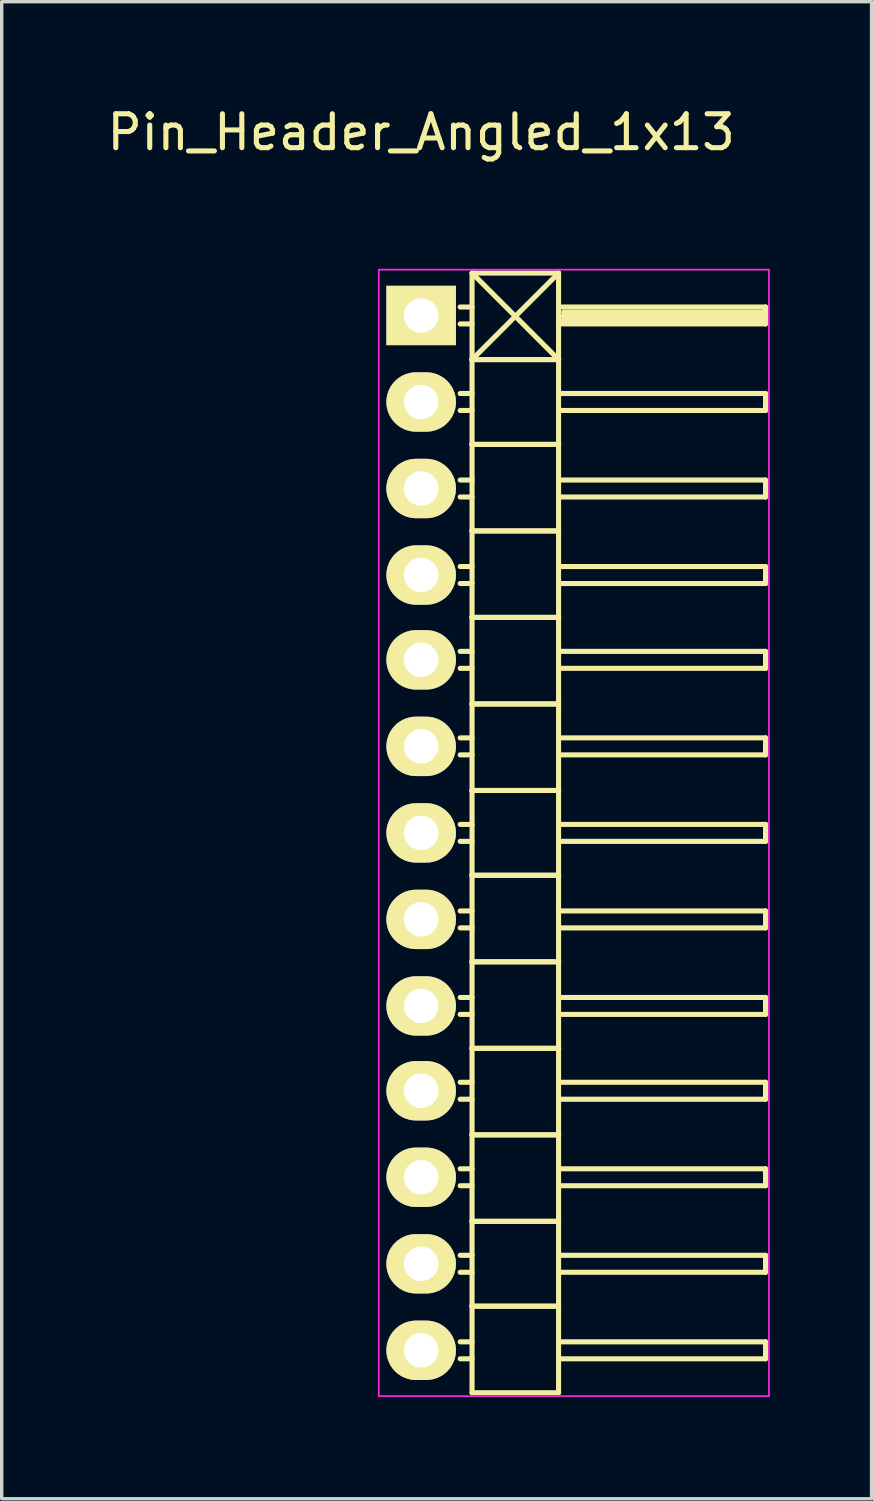
<source format=kicad_pcb>
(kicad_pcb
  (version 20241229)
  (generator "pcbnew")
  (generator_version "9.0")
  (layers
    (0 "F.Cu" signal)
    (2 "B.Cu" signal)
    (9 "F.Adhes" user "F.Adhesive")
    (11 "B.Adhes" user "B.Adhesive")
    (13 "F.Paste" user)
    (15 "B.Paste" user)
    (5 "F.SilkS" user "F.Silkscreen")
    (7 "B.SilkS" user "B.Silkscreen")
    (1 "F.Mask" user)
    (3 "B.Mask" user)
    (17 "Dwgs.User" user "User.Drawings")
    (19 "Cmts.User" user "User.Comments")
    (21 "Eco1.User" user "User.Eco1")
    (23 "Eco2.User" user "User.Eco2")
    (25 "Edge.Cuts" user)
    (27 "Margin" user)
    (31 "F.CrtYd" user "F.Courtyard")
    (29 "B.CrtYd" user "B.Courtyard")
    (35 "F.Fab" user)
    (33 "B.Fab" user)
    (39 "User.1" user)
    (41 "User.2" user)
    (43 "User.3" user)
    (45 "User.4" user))
  (footprint "Pin_Header_Angled_1x13"
    (layer "F.Cu")
    (at 9.363 6.248)
    (property "Reference" "Pin_Header_Angled_1x13" (at 0 -5.4 0) (layer "F.SilkS") (effects (font (size 1 1) (thickness 0.15))))
    (attr through_hole)
    (fp_line (start 1.5 -1.25) (end 1.5 1.3) (stroke (width 0.15) (type solid)) (layer "F.SilkS"))
    (fp_line (start 1.5 -1.25) (end 4.05 -1.25) (stroke (width 0.15) (type solid)) (layer "F.SilkS"))
    (fp_line (start 1.5 -0.25) (end 1.15 -0.25) (stroke (width 0.15) (type solid)) (layer "F.SilkS"))
    (fp_line (start 1.5 0.25) (end 1.15 0.25) (stroke (width 0.15) (type solid)) (layer "F.SilkS"))
    (fp_line (start 1.5 1.3) (end 1.5 3.8) (stroke (width 0.15) (type solid)) (layer "F.SilkS"))
    (fp_line (start 1.5 1.3) (end 4.05 1.3) (stroke (width 0.15) (type solid)) (layer "F.SilkS"))
    (fp_line (start 1.5 1.3) (end 4.05 1.3) (stroke (width 0.15) (type solid)) (layer "F.SilkS"))
    (fp_line (start 1.5 2.3) (end 1.15 2.3) (stroke (width 0.15) (type solid)) (layer "F.SilkS"))
    (fp_line (start 1.5 2.8) (end 1.15 2.8) (stroke (width 0.15) (type solid)) (layer "F.SilkS"))
    (fp_line (start 1.5 3.8) (end 1.5 6.35) (stroke (width 0.15) (type solid)) (layer "F.SilkS"))
    (fp_line (start 1.5 3.8) (end 4.05 3.8) (stroke (width 0.15) (type solid)) (layer "F.SilkS"))
    (fp_line (start 1.5 3.8) (end 4.05 3.8) (stroke (width 0.15) (type solid)) (layer "F.SilkS"))
    (fp_line (start 1.5 4.85) (end 1.15 4.85) (stroke (width 0.15) (type solid)) (layer "F.SilkS"))
    (fp_line (start 1.5 5.35) (end 1.15 5.35) (stroke (width 0.15) (type solid)) (layer "F.SilkS"))
    (fp_line (start 1.5 6.35) (end 1.5 8.9) (stroke (width 0.15) (type solid)) (layer "F.SilkS"))
    (fp_line (start 1.5 6.35) (end 4.05 6.35) (stroke (width 0.15) (type solid)) (layer "F.SilkS"))
    (fp_line (start 1.5 6.35) (end 4.05 6.35) (stroke (width 0.15) (type solid)) (layer "F.SilkS"))
    (fp_line (start 1.5 7.4) (end 1.15 7.4) (stroke (width 0.15) (type solid)) (layer "F.SilkS"))
    (fp_line (start 1.5 7.9) (end 1.15 7.9) (stroke (width 0.15) (type solid)) (layer "F.SilkS"))
    (fp_line (start 1.5 8.9) (end 1.5 11.45) (stroke (width 0.15) (type solid)) (layer "F.SilkS"))
    (fp_line (start 1.5 8.9) (end 4.05 8.9) (stroke (width 0.15) (type solid)) (layer "F.SilkS"))
    (fp_line (start 1.5 8.9) (end 4.05 8.9) (stroke (width 0.15) (type solid)) (layer "F.SilkS"))
    (fp_line (start 1.5 9.9) (end 1.15 9.9) (stroke (width 0.15) (type solid)) (layer "F.SilkS"))
    (fp_line (start 1.5 10.4) (end 1.15 10.4) (stroke (width 0.15) (type solid)) (layer "F.SilkS"))
    (fp_line (start 1.5 11.45) (end 1.5 14) (stroke (width 0.15) (type solid)) (layer "F.SilkS"))
    (fp_line (start 1.5 11.45) (end 4.05 11.45) (stroke (width 0.15) (type solid)) (layer "F.SilkS"))
    (fp_line (start 1.5 11.45) (end 4.05 11.45) (stroke (width 0.15) (type solid)) (layer "F.SilkS"))
    (fp_line (start 1.5 12.45) (end 1.15 12.45) (stroke (width 0.15) (type solid)) (layer "F.SilkS"))
    (fp_line (start 1.5 12.95) (end 1.15 12.95) (stroke (width 0.15) (type solid)) (layer "F.SilkS"))
    (fp_line (start 1.5 14) (end 1.5 16.5) (stroke (width 0.15) (type solid)) (layer "F.SilkS"))
    (fp_line (start 1.5 14) (end 4.05 14) (stroke (width 0.15) (type solid)) (layer "F.SilkS"))
    (fp_line (start 1.5 14) (end 4.05 14) (stroke (width 0.15) (type solid)) (layer "F.SilkS"))
    (fp_line (start 1.5 15) (end 1.15 15) (stroke (width 0.15) (type solid)) (layer "F.SilkS"))
    (fp_line (start 1.5 15.5) (end 1.15 15.5) (stroke (width 0.15) (type solid)) (layer "F.SilkS"))
    (fp_line (start 1.5 16.5) (end 1.5 19.05) (stroke (width 0.15) (type solid)) (layer "F.SilkS"))
    (fp_line (start 1.5 16.5) (end 4.05 16.5) (stroke (width 0.15) (type solid)) (layer "F.SilkS"))
    (fp_line (start 1.5 16.5) (end 4.05 16.5) (stroke (width 0.15) (type solid)) (layer "F.SilkS"))
    (fp_line (start 1.5 17.55) (end 1.15 17.55) (stroke (width 0.15) (type solid)) (layer "F.SilkS"))
    (fp_line (start 1.5 18.05) (end 1.15 18.05) (stroke (width 0.15) (type solid)) (layer "F.SilkS"))
    (fp_line (start 1.5 19.05) (end 1.5 21.6) (stroke (width 0.15) (type solid)) (layer "F.SilkS"))
    (fp_line (start 1.5 19.05) (end 4.05 19.05) (stroke (width 0.15) (type solid)) (layer "F.SilkS"))
    (fp_line (start 1.5 19.05) (end 4.05 19.05) (stroke (width 0.15) (type solid)) (layer "F.SilkS"))
    (fp_line (start 1.5 20.1) (end 1.15 20.1) (stroke (width 0.15) (type solid)) (layer "F.SilkS"))
    (fp_line (start 1.5 20.6) (end 1.15 20.6) (stroke (width 0.15) (type solid)) (layer "F.SilkS"))
    (fp_line (start 1.5 21.6) (end 1.5 24.15) (stroke (width 0.15) (type solid)) (layer "F.SilkS"))
    (fp_line (start 1.5 21.6) (end 4.05 21.6) (stroke (width 0.15) (type solid)) (layer "F.SilkS"))
    (fp_line (start 1.5 21.6) (end 4.05 21.6) (stroke (width 0.15) (type solid)) (layer "F.SilkS"))
    (fp_line (start 1.5 22.6) (end 1.15 22.6) (stroke (width 0.15) (type solid)) (layer "F.SilkS"))
    (fp_line (start 1.5 23.1) (end 1.15 23.1) (stroke (width 0.15) (type solid)) (layer "F.SilkS"))
    (fp_line (start 1.5 24.15) (end 1.5 26.7) (stroke (width 0.15) (type solid)) (layer "F.SilkS"))
    (fp_line (start 1.5 24.15) (end 4.05 24.15) (stroke (width 0.15) (type solid)) (layer "F.SilkS"))
    (fp_line (start 1.5 24.15) (end 4.05 24.15) (stroke (width 0.15) (type solid)) (layer "F.SilkS"))
    (fp_line (start 1.5 25.15) (end 1.15 25.15) (stroke (width 0.15) (type solid)) (layer "F.SilkS"))
    (fp_line (start 1.5 25.65) (end 1.15 25.65) (stroke (width 0.15) (type solid)) (layer "F.SilkS"))
    (fp_line (start 1.5 26.7) (end 1.5 29.2) (stroke (width 0.15) (type solid)) (layer "F.SilkS"))
    (fp_line (start 1.5 26.7) (end 4.05 26.7) (stroke (width 0.15) (type solid)) (layer "F.SilkS"))
    (fp_line (start 1.5 26.7) (end 4.05 26.7) (stroke (width 0.15) (type solid)) (layer "F.SilkS"))
    (fp_line (start 1.5 27.7) (end 1.15 27.7) (stroke (width 0.15) (type solid)) (layer "F.SilkS"))
    (fp_line (start 1.5 28.2) (end 1.15 28.2) (stroke (width 0.15) (type solid)) (layer "F.SilkS"))
    (fp_line (start 1.5 29.2) (end 1.5 31.75) (stroke (width 0.15) (type solid)) (layer "F.SilkS"))
    (fp_line (start 1.5 29.2) (end 4.05 29.2) (stroke (width 0.15) (type solid)) (layer "F.SilkS"))
    (fp_line (start 1.5 29.2) (end 4.05 29.2) (stroke (width 0.15) (type solid)) (layer "F.SilkS"))
    (fp_line (start 1.5 30.25) (end 1.15 30.25) (stroke (width 0.15) (type solid)) (layer "F.SilkS"))
    (fp_line (start 1.5 30.75) (end 1.15 30.75) (stroke (width 0.15) (type solid)) (layer "F.SilkS"))
    (fp_line (start 1.5 31.75) (end 4.05 31.75) (stroke (width 0.15) (type solid)) (layer "F.SilkS"))
    (fp_line (start 4.05 -1.25) (end 1.5 1.3) (stroke (width 0.15) (type solid)) (layer "F.SilkS"))
    (fp_line (start 4.05 -0.25) (end 10.15 -0.25) (stroke (width 0.15) (type solid)) (layer "F.SilkS"))
    (fp_line (start 4.05 1.3) (end 1.5 -1.25) (stroke (width 0.15) (type solid)) (layer "F.SilkS"))
    (fp_line (start 4.05 1.3) (end 4.05 -1.25) (stroke (width 0.15) (type solid)) (layer "F.SilkS"))
    (fp_line (start 4.05 2.3) (end 10.15 2.3) (stroke (width 0.15) (type solid)) (layer "F.SilkS"))
    (fp_line (start 4.05 3.8) (end 4.05 1.3) (stroke (width 0.15) (type solid)) (layer "F.SilkS"))
    (fp_line (start 4.05 4.85) (end 10.15 4.85) (stroke (width 0.15) (type solid)) (layer "F.SilkS"))
    (fp_line (start 4.05 6.35) (end 4.05 3.8) (stroke (width 0.15) (type solid)) (layer "F.SilkS"))
    (fp_line (start 4.05 7.4) (end 10.15 7.4) (stroke (width 0.15) (type solid)) (layer "F.SilkS"))
    (fp_line (start 4.05 8.9) (end 4.05 6.35) (stroke (width 0.15) (type solid)) (layer "F.SilkS"))
    (fp_line (start 4.05 9.9) (end 10.15 9.9) (stroke (width 0.15) (type solid)) (layer "F.SilkS"))
    (fp_line (start 4.05 11.45) (end 4.05 8.9) (stroke (width 0.15) (type solid)) (layer "F.SilkS"))
    (fp_line (start 4.05 12.45) (end 10.15 12.45) (stroke (width 0.15) (type solid)) (layer "F.SilkS"))
    (fp_line (start 4.05 14) (end 4.05 11.45) (stroke (width 0.15) (type solid)) (layer "F.SilkS"))
    (fp_line (start 4.05 15) (end 10.15 15) (stroke (width 0.15) (type solid)) (layer "F.SilkS"))
    (fp_line (start 4.05 16.5) (end 4.05 14) (stroke (width 0.15) (type solid)) (layer "F.SilkS"))
    (fp_line (start 4.05 17.55) (end 10.15 17.55) (stroke (width 0.15) (type solid)) (layer "F.SilkS"))
    (fp_line (start 4.05 19.05) (end 4.05 16.5) (stroke (width 0.15) (type solid)) (layer "F.SilkS"))
    (fp_line (start 4.05 20.1) (end 10.15 20.1) (stroke (width 0.15) (type solid)) (layer "F.SilkS"))
    (fp_line (start 4.05 21.6) (end 4.05 19.05) (stroke (width 0.15) (type solid)) (layer "F.SilkS"))
    (fp_line (start 4.05 22.6) (end 10.15 22.6) (stroke (width 0.15) (type solid)) (layer "F.SilkS"))
    (fp_line (start 4.05 24.15) (end 4.05 21.6) (stroke (width 0.15) (type solid)) (layer "F.SilkS"))
    (fp_line (start 4.05 25.15) (end 10.15 25.15) (stroke (width 0.15) (type solid)) (layer "F.SilkS"))
    (fp_line (start 4.05 26.7) (end 4.05 24.15) (stroke (width 0.15) (type solid)) (layer "F.SilkS"))
    (fp_line (start 4.05 27.7) (end 10.15 27.7) (stroke (width 0.15) (type solid)) (layer "F.SilkS"))
    (fp_line (start 4.05 29.2) (end 4.05 26.7) (stroke (width 0.15) (type solid)) (layer "F.SilkS"))
    (fp_line (start 4.05 30.25) (end 10.15 30.25) (stroke (width 0.15) (type solid)) (layer "F.SilkS"))
    (fp_line (start 4.05 31.75) (end 4.05 29.2) (stroke (width 0.15) (type solid)) (layer "F.SilkS"))
    (fp_line (start 4.2 -0.1) (end 10.05 -0.1) (stroke (width 0.15) (type solid)) (layer "F.SilkS"))
    (fp_line (start 4.2 0) (end 10.05 0) (stroke (width 0.15) (type solid)) (layer "F.SilkS"))
    (fp_line (start 4.2 0.15) (end 4.2 0) (stroke (width 0.15) (type solid)) (layer "F.SilkS"))
    (fp_line (start 10.05 -0.1) (end 10.05 0.15) (stroke (width 0.15) (type solid)) (layer "F.SilkS"))
    (fp_line (start 10.05 0.15) (end 4.2 0.15) (stroke (width 0.15) (type solid)) (layer "F.SilkS"))
    (fp_line (start 10.15 -0.25) (end 10.15 0.25) (stroke (width 0.15) (type solid)) (layer "F.SilkS"))
    (fp_line (start 10.15 0.25) (end 4.05 0.25) (stroke (width 0.15) (type solid)) (layer "F.SilkS"))
    (fp_line (start 10.15 2.3) (end 10.15 2.8) (stroke (width 0.15) (type solid)) (layer "F.SilkS"))
    (fp_line (start 10.15 2.8) (end 4.05 2.8) (stroke (width 0.15) (type solid)) (layer "F.SilkS"))
    (fp_line (start 10.15 4.85) (end 10.15 5.35) (stroke (width 0.15) (type solid)) (layer "F.SilkS"))
    (fp_line (start 10.15 5.35) (end 4.05 5.35) (stroke (width 0.15) (type solid)) (layer "F.SilkS"))
    (fp_line (start 10.15 7.4) (end 10.15 7.9) (stroke (width 0.15) (type solid)) (layer "F.SilkS"))
    (fp_line (start 10.15 7.9) (end 4.05 7.9) (stroke (width 0.15) (type solid)) (layer "F.SilkS"))
    (fp_line (start 10.15 9.9) (end 10.15 10.4) (stroke (width 0.15) (type solid)) (layer "F.SilkS"))
    (fp_line (start 10.15 10.4) (end 4.05 10.4) (stroke (width 0.15) (type solid)) (layer "F.SilkS"))
    (fp_line (start 10.15 12.45) (end 10.15 12.95) (stroke (width 0.15) (type solid)) (layer "F.SilkS"))
    (fp_line (start 10.15 12.95) (end 4.05 12.95) (stroke (width 0.15) (type solid)) (layer "F.SilkS"))
    (fp_line (start 10.15 15) (end 10.15 15.5) (stroke (width 0.15) (type solid)) (layer "F.SilkS"))
    (fp_line (start 10.15 15.5) (end 4.05 15.5) (stroke (width 0.15) (type solid)) (layer "F.SilkS"))
    (fp_line (start 10.15 17.55) (end 10.15 18.05) (stroke (width 0.15) (type solid)) (layer "F.SilkS"))
    (fp_line (start 10.15 18.05) (end 4.05 18.05) (stroke (width 0.15) (type solid)) (layer "F.SilkS"))
    (fp_line (start 10.15 20.1) (end 10.15 20.6) (stroke (width 0.15) (type solid)) (layer "F.SilkS"))
    (fp_line (start 10.15 20.6) (end 4.05 20.6) (stroke (width 0.15) (type solid)) (layer "F.SilkS"))
    (fp_line (start 10.15 22.6) (end 10.15 23.1) (stroke (width 0.15) (type solid)) (layer "F.SilkS"))
    (fp_line (start 10.15 23.1) (end 4.05 23.1) (stroke (width 0.15) (type solid)) (layer "F.SilkS"))
    (fp_line (start 10.15 25.15) (end 10.15 25.65) (stroke (width 0.15) (type solid)) (layer "F.SilkS"))
    (fp_line (start 10.15 25.65) (end 4.05 25.65) (stroke (width 0.15) (type solid)) (layer "F.SilkS"))
    (fp_line (start 10.15 27.7) (end 10.15 28.2) (stroke (width 0.15) (type solid)) (layer "F.SilkS"))
    (fp_line (start 10.15 28.2) (end 4.05 28.2) (stroke (width 0.15) (type solid)) (layer "F.SilkS"))
    (fp_line (start 10.15 30.25) (end 10.15 30.75) (stroke (width 0.15) (type solid)) (layer "F.SilkS"))
    (fp_line (start 10.15 30.75) (end 4.05 30.75) (stroke (width 0.15) (type solid)) (layer "F.SilkS"))
    (fp_line (start -1.25 -1.35) (end -1.25 31.85) (stroke (width 0.05) (type solid)) (layer "F.CrtYd"))
    (fp_line (start -1.25 -1.35) (end 10.25 -1.35) (stroke (width 0.05) (type solid)) (layer "F.CrtYd"))
    (fp_line (start -1.25 31.85) (end 10.25 31.85) (stroke (width 0.05) (type solid)) (layer "F.CrtYd"))
    (fp_line (start 10.25 -1.35) (end 10.25 31.85) (stroke (width 0.05) (type solid)) (layer "F.CrtYd"))
    (pad "1" thru_hole rect (at 0 0) (size 2.05 1.75) (drill 1.016) (layers "*.Cu" "*.Mask" "F.SilkS"))
    (pad "2" thru_hole oval (at 0 2.55) (size 2.05 1.75) (drill 1.016) (layers "*.Cu" "*.Mask" "F.SilkS"))
    (pad "3" thru_hole oval (at 0 5.1) (size 2.05 1.75) (drill 1.016) (layers "*.Cu" "*.Mask" "F.SilkS"))
    (pad "4" thru_hole oval (at 0 7.65) (size 2.05 1.75) (drill 1.016) (layers "*.Cu" "*.Mask" "F.SilkS"))
    (pad "5" thru_hole oval (at 0 10.15) (size 2.05 1.75) (drill 1.016) (layers "*.Cu" "*.Mask" "F.SilkS"))
    (pad "6" thru_hole oval (at 0 12.7) (size 2.05 1.75) (drill 1.016) (layers "*.Cu" "*.Mask" "F.SilkS"))
    (pad "7" thru_hole oval (at 0 15.25) (size 2.05 1.75) (drill 1.016) (layers "*.Cu" "*.Mask" "F.SilkS"))
    (pad "8" thru_hole oval (at 0 17.8) (size 2.05 1.75) (drill 1.016) (layers "*.Cu" "*.Mask" "F.SilkS"))
    (pad "9" thru_hole oval (at 0 20.35) (size 2.05 1.75) (drill 1.016) (layers "*.Cu" "*.Mask" "F.SilkS"))
    (pad "10" thru_hole oval (at 0 22.85) (size 2.05 1.75) (drill 1.016) (layers "*.Cu" "*.Mask" "F.SilkS"))
    (pad "11" thru_hole oval (at 0 25.4) (size 2.05 1.75) (drill 1.016) (layers "*.Cu" "*.Mask" "F.SilkS"))
    (pad "12" thru_hole oval (at 0 27.95) (size 2.05 1.75) (drill 1.016) (layers "*.Cu" "*.Mask" "F.SilkS"))
    (pad "13" thru_hole oval (at 0 30.5) (size 2.05 1.75) (drill 1.016) (layers "*.Cu" "*.Mask" "F.SilkS")))
  (gr_rect
    (start -3 -3)
    (end 22.638 41.123)
    (stroke (width 0.1) (type default))
    (fill no)
    (layer "Edge.Cuts")))
</source>
